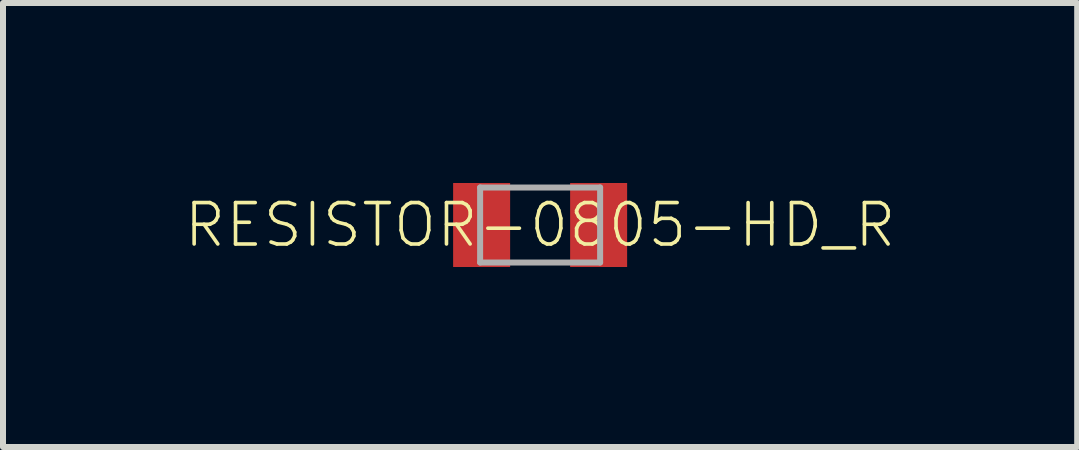
<source format=kicad_pcb>
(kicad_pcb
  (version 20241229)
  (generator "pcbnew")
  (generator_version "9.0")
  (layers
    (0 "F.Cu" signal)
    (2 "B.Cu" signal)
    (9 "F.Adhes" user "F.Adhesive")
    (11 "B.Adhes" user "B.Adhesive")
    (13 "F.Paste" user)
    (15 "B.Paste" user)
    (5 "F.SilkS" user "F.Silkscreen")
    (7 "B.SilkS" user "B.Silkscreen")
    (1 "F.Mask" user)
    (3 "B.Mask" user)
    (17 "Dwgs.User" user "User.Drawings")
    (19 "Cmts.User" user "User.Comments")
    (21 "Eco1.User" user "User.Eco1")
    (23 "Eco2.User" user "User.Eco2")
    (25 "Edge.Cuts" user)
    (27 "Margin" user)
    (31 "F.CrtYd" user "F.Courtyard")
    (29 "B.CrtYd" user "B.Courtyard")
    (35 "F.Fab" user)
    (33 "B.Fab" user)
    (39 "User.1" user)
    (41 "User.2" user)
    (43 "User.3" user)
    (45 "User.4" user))
  (footprint "RESISTOR-0805-HD_R"
    (layer "F.Cu")
    (at 5.952 0.7)
    (property "Reference" "RESISTOR-0805-HD_R" (at 0 0 0) (unlocked yes) (layer "F.SilkS") (effects (font (size 0.69 0.69) (thickness 0.06))))
    (fp_line (start -1 -0.625) (end 1 -0.625) (stroke (width 0.1) (type solid)) (layer "F.Fab"))
    (fp_line (start -1 0.625) (end -1 -0.625) (stroke (width 0.1) (type solid)) (layer "F.Fab"))
    (fp_line (start 1 -0.625) (end 1 0.625) (stroke (width 0.1) (type solid)) (layer "F.Fab"))
    (fp_line (start 1 0.625) (end -1 0.625) (stroke (width 0.1) (type solid)) (layer "F.Fab"))
    (pad "1" smd rect (at -0.975 0) (size 0.95 1.4) (layers "F.Cu" "F.Mask" "F.Paste"))
    (pad "2" smd rect (at 0.975 0) (size 0.95 1.4) (layers "F.Cu" "F.Mask" "F.Paste")))
  (gr_rect
    (start -3 -3)
    (end 14.903 4.4)
    (stroke (width 0.1) (type default))
    (fill no)
    (layer "Edge.Cuts")))
</source>
